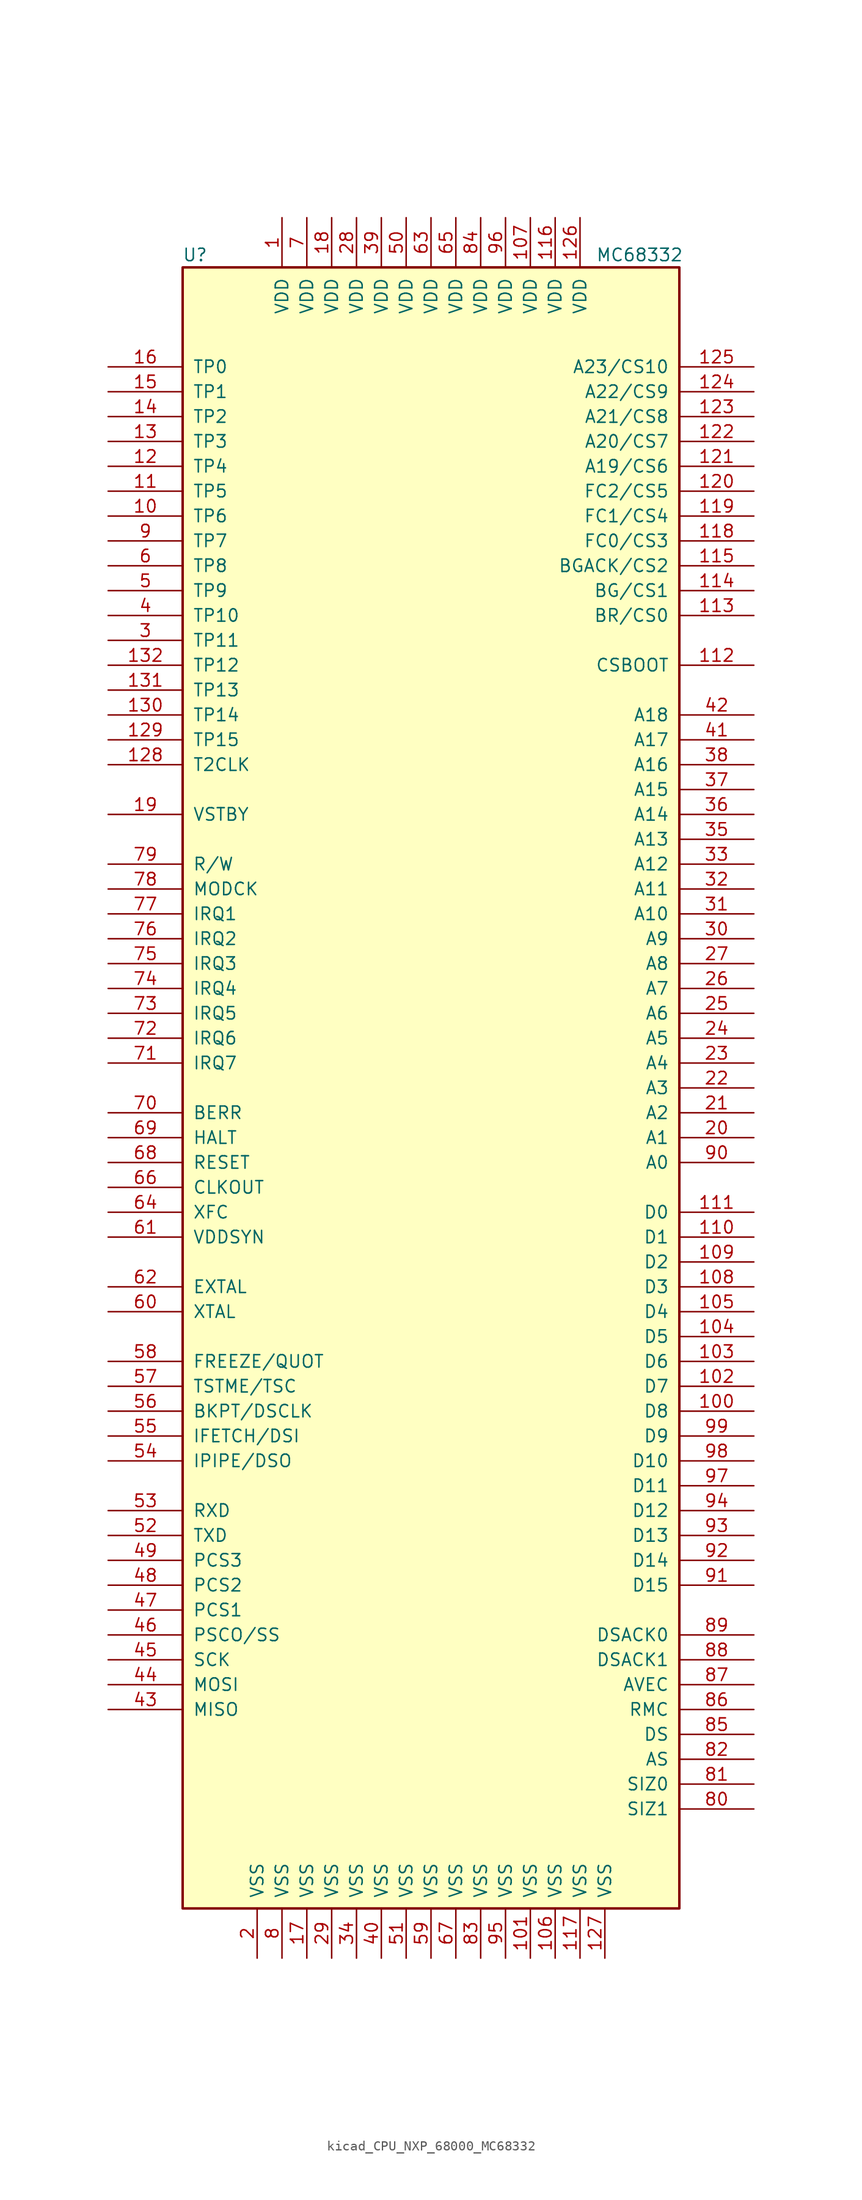
<source format=kicad_sym>
(kicad_symbol_lib
  (version 20220914)
  (generator kicad_symbol_editor)
  (symbol "kicad_CPU_NXP_68000_MC68332"
    (pin_names
      (offset 1.016))
    (property "Reference" "U"
      (at -24.13 85.09 0)
      (effects (font (size 1.27 1.27))))
    (property "Value" "MC68332"
      (at 21.336 85.09 0)
      (effects (font (size 1.27 1.27))))
    (symbol "kicad_CPU_NXP_68000_MC68332_0_1"
      (rectangle (start -25.4 -83.82) (end 25.4 83.82) (stroke (width 0.254) (type default)) (fill (type background))))
    (symbol "kicad_CPU_NXP_68000_MC68332_1_0"
      (pin power_in line (at -17.78 -88.9 90) (length 5.08) (name "VSS" (effects (font (size 1.27 1.27)))) (number "2" (effects (font (size 1.27 1.27))))))
    (symbol "kicad_CPU_NXP_68000_MC68332_1_1"
      (pin power_in line (at -15.24 88.9 270) (length 5.08) (name "VDD" (effects (font (size 1.27 1.27)))) (number "1" (effects (font (size 1.27 1.27)))))
      (pin input line (at -33.02 58.42 0) (length 7.62) (name "TP6" (effects (font (size 1.27 1.27)))) (number "10" (effects (font (size 1.27 1.27)))))
      (pin input line (at 33.02 -33.02 180) (length 7.62) (name "D8" (effects (font (size 1.27 1.27)))) (number "100" (effects (font (size 1.27 1.27)))))
      (pin power_in line (at 10.16 -88.9 90) (length 5.08) (name "VSS" (effects (font (size 1.27 1.27)))) (number "101" (effects (font (size 1.27 1.27)))))
      (pin input line (at 33.02 -30.48 180) (length 7.62) (name "D7" (effects (font (size 1.27 1.27)))) (number "102" (effects (font (size 1.27 1.27)))))
      (pin input line (at 33.02 -27.94 180) (length 7.62) (name "D6" (effects (font (size 1.27 1.27)))) (number "103" (effects (font (size 1.27 1.27)))))
      (pin input line (at 33.02 -25.4 180) (length 7.62) (name "D5" (effects (font (size 1.27 1.27)))) (number "104" (effects (font (size 1.27 1.27)))))
      (pin input line (at 33.02 -22.86 180) (length 7.62) (name "D4" (effects (font (size 1.27 1.27)))) (number "105" (effects (font (size 1.27 1.27)))))
      (pin power_in line (at 12.7 -88.9 90) (length 5.08) (name "VSS" (effects (font (size 1.27 1.27)))) (number "106" (effects (font (size 1.27 1.27)))))
      (pin power_in line (at 10.16 88.9 270) (length 5.08) (name "VDD" (effects (font (size 1.27 1.27)))) (number "107" (effects (font (size 1.27 1.27)))))
      (pin input line (at 33.02 -20.32 180) (length 7.62) (name "D3" (effects (font (size 1.27 1.27)))) (number "108" (effects (font (size 1.27 1.27)))))
      (pin input line (at 33.02 -17.78 180) (length 7.62) (name "D2" (effects (font (size 1.27 1.27)))) (number "109" (effects (font (size 1.27 1.27)))))
      (pin input line (at -33.02 60.96 0) (length 7.62) (name "TP5" (effects (font (size 1.27 1.27)))) (number "11" (effects (font (size 1.27 1.27)))))
      (pin input line (at 33.02 -15.24 180) (length 7.62) (name "D1" (effects (font (size 1.27 1.27)))) (number "110" (effects (font (size 1.27 1.27)))))
      (pin input line (at 33.02 -12.7 180) (length 7.62) (name "D0" (effects (font (size 1.27 1.27)))) (number "111" (effects (font (size 1.27 1.27)))))
      (pin output line (at 33.02 43.18 180) (length 7.62) (name "CSBOOT" (effects (font (size 1.27 1.27)))) (number "112" (effects (font (size 1.27 1.27)))))
      (pin input line (at 33.02 48.26 180) (length 7.62) (name "BR/CS0" (effects (font (size 1.27 1.27)))) (number "113" (effects (font (size 1.27 1.27)))))
      (pin output line (at 33.02 50.8 180) (length 7.62) (name "BG/CS1" (effects (font (size 1.27 1.27)))) (number "114" (effects (font (size 1.27 1.27)))))
      (pin input line (at 33.02 53.34 180) (length 7.62) (name "BGACK/CS2" (effects (font (size 1.27 1.27)))) (number "115" (effects (font (size 1.27 1.27)))))
      (pin power_in line (at 12.7 88.9 270) (length 5.08) (name "VDD" (effects (font (size 1.27 1.27)))) (number "116" (effects (font (size 1.27 1.27)))))
      (pin power_in line (at 15.24 -88.9 90) (length 5.08) (name "VSS" (effects (font (size 1.27 1.27)))) (number "117" (effects (font (size 1.27 1.27)))))
      (pin output line (at 33.02 55.88 180) (length 7.62) (name "FC0/CS3" (effects (font (size 1.27 1.27)))) (number "118" (effects (font (size 1.27 1.27)))))
      (pin output line (at 33.02 58.42 180) (length 7.62) (name "FC1/CS4" (effects (font (size 1.27 1.27)))) (number "119" (effects (font (size 1.27 1.27)))))
      (pin input line (at -33.02 63.5 0) (length 7.62) (name "TP4" (effects (font (size 1.27 1.27)))) (number "12" (effects (font (size 1.27 1.27)))))
      (pin output line (at 33.02 60.96 180) (length 7.62) (name "FC2/CS5" (effects (font (size 1.27 1.27)))) (number "120" (effects (font (size 1.27 1.27)))))
      (pin output line (at 33.02 63.5 180) (length 7.62) (name "A19/CS6" (effects (font (size 1.27 1.27)))) (number "121" (effects (font (size 1.27 1.27)))))
      (pin output line (at 33.02 66.04 180) (length 7.62) (name "A20/CS7" (effects (font (size 1.27 1.27)))) (number "122" (effects (font (size 1.27 1.27)))))
      (pin output line (at 33.02 68.58 180) (length 7.62) (name "A21/CS8" (effects (font (size 1.27 1.27)))) (number "123" (effects (font (size 1.27 1.27)))))
      (pin output line (at 33.02 71.12 180) (length 7.62) (name "A22/CS9" (effects (font (size 1.27 1.27)))) (number "124" (effects (font (size 1.27 1.27)))))
      (pin output line (at 33.02 73.66 180) (length 7.62) (name "A23/CS10" (effects (font (size 1.27 1.27)))) (number "125" (effects (font (size 1.27 1.27)))))
      (pin power_in line (at 15.24 88.9 270) (length 5.08) (name "VDD" (effects (font (size 1.27 1.27)))) (number "126" (effects (font (size 1.27 1.27)))))
      (pin power_in line (at 17.78 -88.9 90) (length 5.08) (name "VSS" (effects (font (size 1.27 1.27)))) (number "127" (effects (font (size 1.27 1.27)))))
      (pin input line (at -33.02 33.02 0) (length 7.62) (name "T2CLK" (effects (font (size 1.27 1.27)))) (number "128" (effects (font (size 1.27 1.27)))))
      (pin input line (at -33.02 35.56 0) (length 7.62) (name "TP15" (effects (font (size 1.27 1.27)))) (number "129" (effects (font (size 1.27 1.27)))))
      (pin input line (at -33.02 66.04 0) (length 7.62) (name "TP3" (effects (font (size 1.27 1.27)))) (number "13" (effects (font (size 1.27 1.27)))))
      (pin input line (at -33.02 38.1 0) (length 7.62) (name "TP14" (effects (font (size 1.27 1.27)))) (number "130" (effects (font (size 1.27 1.27)))))
      (pin input line (at -33.02 40.64 0) (length 7.62) (name "TP13" (effects (font (size 1.27 1.27)))) (number "131" (effects (font (size 1.27 1.27)))))
      (pin input line (at -33.02 43.18 0) (length 7.62) (name "TP12" (effects (font (size 1.27 1.27)))) (number "132" (effects (font (size 1.27 1.27)))))
      (pin input line (at -33.02 68.58 0) (length 7.62) (name "TP2" (effects (font (size 1.27 1.27)))) (number "14" (effects (font (size 1.27 1.27)))))
      (pin input line (at -33.02 71.12 0) (length 7.62) (name "TP1" (effects (font (size 1.27 1.27)))) (number "15" (effects (font (size 1.27 1.27)))))
      (pin input line (at -33.02 73.66 0) (length 7.62) (name "TP0" (effects (font (size 1.27 1.27)))) (number "16" (effects (font (size 1.27 1.27)))))
      (pin power_in line (at -12.7 -88.9 90) (length 5.08) (name "VSS" (effects (font (size 1.27 1.27)))) (number "17" (effects (font (size 1.27 1.27)))))
      (pin power_in line (at -10.16 88.9 270) (length 5.08) (name "VDD" (effects (font (size 1.27 1.27)))) (number "18" (effects (font (size 1.27 1.27)))))
      (pin input line (at -33.02 27.94 0) (length 7.62) (name "VSTBY" (effects (font (size 1.27 1.27)))) (number "19" (effects (font (size 1.27 1.27)))))
      (pin output line (at 33.02 -5.08 180) (length 7.62) (name "A1" (effects (font (size 1.27 1.27)))) (number "20" (effects (font (size 1.27 1.27)))))
      (pin output line (at 33.02 -2.54 180) (length 7.62) (name "A2" (effects (font (size 1.27 1.27)))) (number "21" (effects (font (size 1.27 1.27)))))
      (pin output line (at 33.02 0 180) (length 7.62) (name "A3" (effects (font (size 1.27 1.27)))) (number "22" (effects (font (size 1.27 1.27)))))
      (pin output line (at 33.02 2.54 180) (length 7.62) (name "A4" (effects (font (size 1.27 1.27)))) (number "23" (effects (font (size 1.27 1.27)))))
      (pin output line (at 33.02 5.08 180) (length 7.62) (name "A5" (effects (font (size 1.27 1.27)))) (number "24" (effects (font (size 1.27 1.27)))))
      (pin output line (at 33.02 7.62 180) (length 7.62) (name "A6" (effects (font (size 1.27 1.27)))) (number "25" (effects (font (size 1.27 1.27)))))
      (pin output line (at 33.02 10.16 180) (length 7.62) (name "A7" (effects (font (size 1.27 1.27)))) (number "26" (effects (font (size 1.27 1.27)))))
      (pin output line (at 33.02 12.7 180) (length 7.62) (name "A8" (effects (font (size 1.27 1.27)))) (number "27" (effects (font (size 1.27 1.27)))))
      (pin power_in line (at -7.62 88.9 270) (length 5.08) (name "VDD" (effects (font (size 1.27 1.27)))) (number "28" (effects (font (size 1.27 1.27)))))
      (pin power_in line (at -10.16 -88.9 90) (length 5.08) (name "VSS" (effects (font (size 1.27 1.27)))) (number "29" (effects (font (size 1.27 1.27)))))
      (pin input line (at -33.02 45.72 0) (length 7.62) (name "TP11" (effects (font (size 1.27 1.27)))) (number "3" (effects (font (size 1.27 1.27)))))
      (pin output line (at 33.02 15.24 180) (length 7.62) (name "A9" (effects (font (size 1.27 1.27)))) (number "30" (effects (font (size 1.27 1.27)))))
      (pin output line (at 33.02 17.78 180) (length 7.62) (name "A10" (effects (font (size 1.27 1.27)))) (number "31" (effects (font (size 1.27 1.27)))))
      (pin output line (at 33.02 20.32 180) (length 7.62) (name "A11" (effects (font (size 1.27 1.27)))) (number "32" (effects (font (size 1.27 1.27)))))
      (pin output line (at 33.02 22.86 180) (length 7.62) (name "A12" (effects (font (size 1.27 1.27)))) (number "33" (effects (font (size 1.27 1.27)))))
      (pin power_in line (at -7.62 -88.9 90) (length 5.08) (name "VSS" (effects (font (size 1.27 1.27)))) (number "34" (effects (font (size 1.27 1.27)))))
      (pin output line (at 33.02 25.4 180) (length 7.62) (name "A13" (effects (font (size 1.27 1.27)))) (number "35" (effects (font (size 1.27 1.27)))))
      (pin output line (at 33.02 27.94 180) (length 7.62) (name "A14" (effects (font (size 1.27 1.27)))) (number "36" (effects (font (size 1.27 1.27)))))
      (pin output line (at 33.02 30.48 180) (length 7.62) (name "A15" (effects (font (size 1.27 1.27)))) (number "37" (effects (font (size 1.27 1.27)))))
      (pin output line (at 33.02 33.02 180) (length 7.62) (name "A16" (effects (font (size 1.27 1.27)))) (number "38" (effects (font (size 1.27 1.27)))))
      (pin power_in line (at -5.08 88.9 270) (length 5.08) (name "VDD" (effects (font (size 1.27 1.27)))) (number "39" (effects (font (size 1.27 1.27)))))
      (pin input line (at -33.02 48.26 0) (length 7.62) (name "TP10" (effects (font (size 1.27 1.27)))) (number "4" (effects (font (size 1.27 1.27)))))
      (pin power_in line (at -5.08 -88.9 90) (length 5.08) (name "VSS" (effects (font (size 1.27 1.27)))) (number "40" (effects (font (size 1.27 1.27)))))
      (pin output line (at 33.02 35.56 180) (length 7.62) (name "A17" (effects (font (size 1.27 1.27)))) (number "41" (effects (font (size 1.27 1.27)))))
      (pin output line (at 33.02 38.1 180) (length 7.62) (name "A18" (effects (font (size 1.27 1.27)))) (number "42" (effects (font (size 1.27 1.27)))))
      (pin input line (at -33.02 -63.5 0) (length 7.62) (name "MISO" (effects (font (size 1.27 1.27)))) (number "43" (effects (font (size 1.27 1.27)))))
      (pin input line (at -33.02 -60.96 0) (length 7.62) (name "MOSI" (effects (font (size 1.27 1.27)))) (number "44" (effects (font (size 1.27 1.27)))))
      (pin input line (at -33.02 -58.42 0) (length 7.62) (name "SCK" (effects (font (size 1.27 1.27)))) (number "45" (effects (font (size 1.27 1.27)))))
      (pin input line (at -33.02 -55.88 0) (length 7.62) (name "PSCO/SS" (effects (font (size 1.27 1.27)))) (number "46" (effects (font (size 1.27 1.27)))))
      (pin input line (at -33.02 -53.34 0) (length 7.62) (name "PCS1" (effects (font (size 1.27 1.27)))) (number "47" (effects (font (size 1.27 1.27)))))
      (pin input line (at -33.02 -50.8 0) (length 7.62) (name "PCS2" (effects (font (size 1.27 1.27)))) (number "48" (effects (font (size 1.27 1.27)))))
      (pin input line (at -33.02 -48.26 0) (length 7.62) (name "PCS3" (effects (font (size 1.27 1.27)))) (number "49" (effects (font (size 1.27 1.27)))))
      (pin input line (at -33.02 50.8 0) (length 7.62) (name "TP9" (effects (font (size 1.27 1.27)))) (number "5" (effects (font (size 1.27 1.27)))))
      (pin power_in line (at -2.54 88.9 270) (length 5.08) (name "VDD" (effects (font (size 1.27 1.27)))) (number "50" (effects (font (size 1.27 1.27)))))
      (pin power_in line (at -2.54 -88.9 90) (length 5.08) (name "VSS" (effects (font (size 1.27 1.27)))) (number "51" (effects (font (size 1.27 1.27)))))
      (pin input line (at -33.02 -45.72 0) (length 7.62) (name "TXD" (effects (font (size 1.27 1.27)))) (number "52" (effects (font (size 1.27 1.27)))))
      (pin input line (at -33.02 -43.18 0) (length 7.62) (name "RXD" (effects (font (size 1.27 1.27)))) (number "53" (effects (font (size 1.27 1.27)))))
      (pin output line (at -33.02 -38.1 0) (length 7.62) (name "IPIPE/DSO" (effects (font (size 1.27 1.27)))) (number "54" (effects (font (size 1.27 1.27)))))
      (pin input line (at -33.02 -35.56 0) (length 7.62) (name "IFETCH/DSI" (effects (font (size 1.27 1.27)))) (number "55" (effects (font (size 1.27 1.27)))))
      (pin input line (at -33.02 -33.02 0) (length 7.62) (name "BKPT/DSCLK" (effects (font (size 1.27 1.27)))) (number "56" (effects (font (size 1.27 1.27)))))
      (pin input line (at -33.02 -30.48 0) (length 7.62) (name "TSTME/TSC" (effects (font (size 1.27 1.27)))) (number "57" (effects (font (size 1.27 1.27)))))
      (pin output line (at -33.02 -27.94 0) (length 7.62) (name "FREEZE/QUOT" (effects (font (size 1.27 1.27)))) (number "58" (effects (font (size 1.27 1.27)))))
      (pin power_in line (at 0 -88.9 90) (length 5.08) (name "VSS" (effects (font (size 1.27 1.27)))) (number "59" (effects (font (size 1.27 1.27)))))
      (pin input line (at -33.02 53.34 0) (length 7.62) (name "TP8" (effects (font (size 1.27 1.27)))) (number "6" (effects (font (size 1.27 1.27)))))
      (pin output line (at -33.02 -22.86 0) (length 7.62) (name "XTAL" (effects (font (size 1.27 1.27)))) (number "60" (effects (font (size 1.27 1.27)))))
      (pin input line (at -33.02 -15.24 0) (length 7.62) (name "VDDSYN" (effects (font (size 1.27 1.27)))) (number "61" (effects (font (size 1.27 1.27)))))
      (pin input line (at -33.02 -20.32 0) (length 7.62) (name "EXTAL" (effects (font (size 1.27 1.27)))) (number "62" (effects (font (size 1.27 1.27)))))
      (pin power_in line (at 0 88.9 270) (length 5.08) (name "VDD" (effects (font (size 1.27 1.27)))) (number "63" (effects (font (size 1.27 1.27)))))
      (pin input line (at -33.02 -12.7 0) (length 7.62) (name "XFC" (effects (font (size 1.27 1.27)))) (number "64" (effects (font (size 1.27 1.27)))))
      (pin power_in line (at 2.54 88.9 270) (length 5.08) (name "VDD" (effects (font (size 1.27 1.27)))) (number "65" (effects (font (size 1.27 1.27)))))
      (pin output line (at -33.02 -10.16 0) (length 7.62) (name "CLKOUT" (effects (font (size 1.27 1.27)))) (number "66" (effects (font (size 1.27 1.27)))))
      (pin power_in line (at 2.54 -88.9 90) (length 5.08) (name "VSS" (effects (font (size 1.27 1.27)))) (number "67" (effects (font (size 1.27 1.27)))))
      (pin input line (at -33.02 -7.62 0) (length 7.62) (name "RESET" (effects (font (size 1.27 1.27)))) (number "68" (effects (font (size 1.27 1.27)))))
      (pin input line (at -33.02 -5.08 0) (length 7.62) (name "HALT" (effects (font (size 1.27 1.27)))) (number "69" (effects (font (size 1.27 1.27)))))
      (pin power_in line (at -12.7 88.9 270) (length 5.08) (name "VDD" (effects (font (size 1.27 1.27)))) (number "7" (effects (font (size 1.27 1.27)))))
      (pin input line (at -33.02 -2.54 0) (length 7.62) (name "BERR" (effects (font (size 1.27 1.27)))) (number "70" (effects (font (size 1.27 1.27)))))
      (pin input line (at -33.02 2.54 0) (length 7.62) (name "IRQ7" (effects (font (size 1.27 1.27)))) (number "71" (effects (font (size 1.27 1.27)))))
      (pin input line (at -33.02 5.08 0) (length 7.62) (name "IRQ6" (effects (font (size 1.27 1.27)))) (number "72" (effects (font (size 1.27 1.27)))))
      (pin input line (at -33.02 7.62 0) (length 7.62) (name "IRQ5" (effects (font (size 1.27 1.27)))) (number "73" (effects (font (size 1.27 1.27)))))
      (pin input line (at -33.02 10.16 0) (length 7.62) (name "IRQ4" (effects (font (size 1.27 1.27)))) (number "74" (effects (font (size 1.27 1.27)))))
      (pin input line (at -33.02 12.7 0) (length 7.62) (name "IRQ3" (effects (font (size 1.27 1.27)))) (number "75" (effects (font (size 1.27 1.27)))))
      (pin input line (at -33.02 15.24 0) (length 7.62) (name "IRQ2" (effects (font (size 1.27 1.27)))) (number "76" (effects (font (size 1.27 1.27)))))
      (pin input line (at -33.02 17.78 0) (length 7.62) (name "IRQ1" (effects (font (size 1.27 1.27)))) (number "77" (effects (font (size 1.27 1.27)))))
      (pin input line (at -33.02 20.32 0) (length 7.62) (name "MODCK" (effects (font (size 1.27 1.27)))) (number "78" (effects (font (size 1.27 1.27)))))
      (pin input line (at -33.02 22.86 0) (length 7.62) (name "R/W" (effects (font (size 1.27 1.27)))) (number "79" (effects (font (size 1.27 1.27)))))
      (pin power_in line (at -15.24 -88.9 90) (length 5.08) (name "VSS" (effects (font (size 1.27 1.27)))) (number "8" (effects (font (size 1.27 1.27)))))
      (pin input line (at 33.02 -73.66 180) (length 7.62) (name "SIZ1" (effects (font (size 1.27 1.27)))) (number "80" (effects (font (size 1.27 1.27)))))
      (pin input line (at 33.02 -71.12 180) (length 7.62) (name "SIZ0" (effects (font (size 1.27 1.27)))) (number "81" (effects (font (size 1.27 1.27)))))
      (pin input line (at 33.02 -68.58 180) (length 7.62) (name "AS" (effects (font (size 1.27 1.27)))) (number "82" (effects (font (size 1.27 1.27)))))
      (pin power_in line (at 5.08 -88.9 90) (length 5.08) (name "VSS" (effects (font (size 1.27 1.27)))) (number "83" (effects (font (size 1.27 1.27)))))
      (pin power_in line (at 5.08 88.9 270) (length 5.08) (name "VDD" (effects (font (size 1.27 1.27)))) (number "84" (effects (font (size 1.27 1.27)))))
      (pin input line (at 33.02 -66.04 180) (length 7.62) (name "DS" (effects (font (size 1.27 1.27)))) (number "85" (effects (font (size 1.27 1.27)))))
      (pin input line (at 33.02 -63.5 180) (length 7.62) (name "RMC" (effects (font (size 1.27 1.27)))) (number "86" (effects (font (size 1.27 1.27)))))
      (pin input line (at 33.02 -60.96 180) (length 7.62) (name "AVEC" (effects (font (size 1.27 1.27)))) (number "87" (effects (font (size 1.27 1.27)))))
      (pin input line (at 33.02 -58.42 180) (length 7.62) (name "DSACK1" (effects (font (size 1.27 1.27)))) (number "88" (effects (font (size 1.27 1.27)))))
      (pin input line (at 33.02 -55.88 180) (length 7.62) (name "DSACK0" (effects (font (size 1.27 1.27)))) (number "89" (effects (font (size 1.27 1.27)))))
      (pin input line (at -33.02 55.88 0) (length 7.62) (name "TP7" (effects (font (size 1.27 1.27)))) (number "9" (effects (font (size 1.27 1.27)))))
      (pin output line (at 33.02 -7.62 180) (length 7.62) (name "A0" (effects (font (size 1.27 1.27)))) (number "90" (effects (font (size 1.27 1.27)))))
      (pin input line (at 33.02 -50.8 180) (length 7.62) (name "D15" (effects (font (size 1.27 1.27)))) (number "91" (effects (font (size 1.27 1.27)))))
      (pin input line (at 33.02 -48.26 180) (length 7.62) (name "D14" (effects (font (size 1.27 1.27)))) (number "92" (effects (font (size 1.27 1.27)))))
      (pin input line (at 33.02 -45.72 180) (length 7.62) (name "D13" (effects (font (size 1.27 1.27)))) (number "93" (effects (font (size 1.27 1.27)))))
      (pin input line (at 33.02 -43.18 180) (length 7.62) (name "D12" (effects (font (size 1.27 1.27)))) (number "94" (effects (font (size 1.27 1.27)))))
      (pin power_in line (at 7.62 -88.9 90) (length 5.08) (name "VSS" (effects (font (size 1.27 1.27)))) (number "95" (effects (font (size 1.27 1.27)))))
      (pin power_in line (at 7.62 88.9 270) (length 5.08) (name "VDD" (effects (font (size 1.27 1.27)))) (number "96" (effects (font (size 1.27 1.27)))))
      (pin input line (at 33.02 -40.64 180) (length 7.62) (name "D11" (effects (font (size 1.27 1.27)))) (number "97" (effects (font (size 1.27 1.27)))))
      (pin input line (at 33.02 -38.1 180) (length 7.62) (name "D10" (effects (font (size 1.27 1.27)))) (number "98" (effects (font (size 1.27 1.27)))))
      (pin input line (at 33.02 -35.56 180) (length 7.62) (name "D9" (effects (font (size 1.27 1.27)))) (number "99" (effects (font (size 1.27 1.27))))))))
</source>
